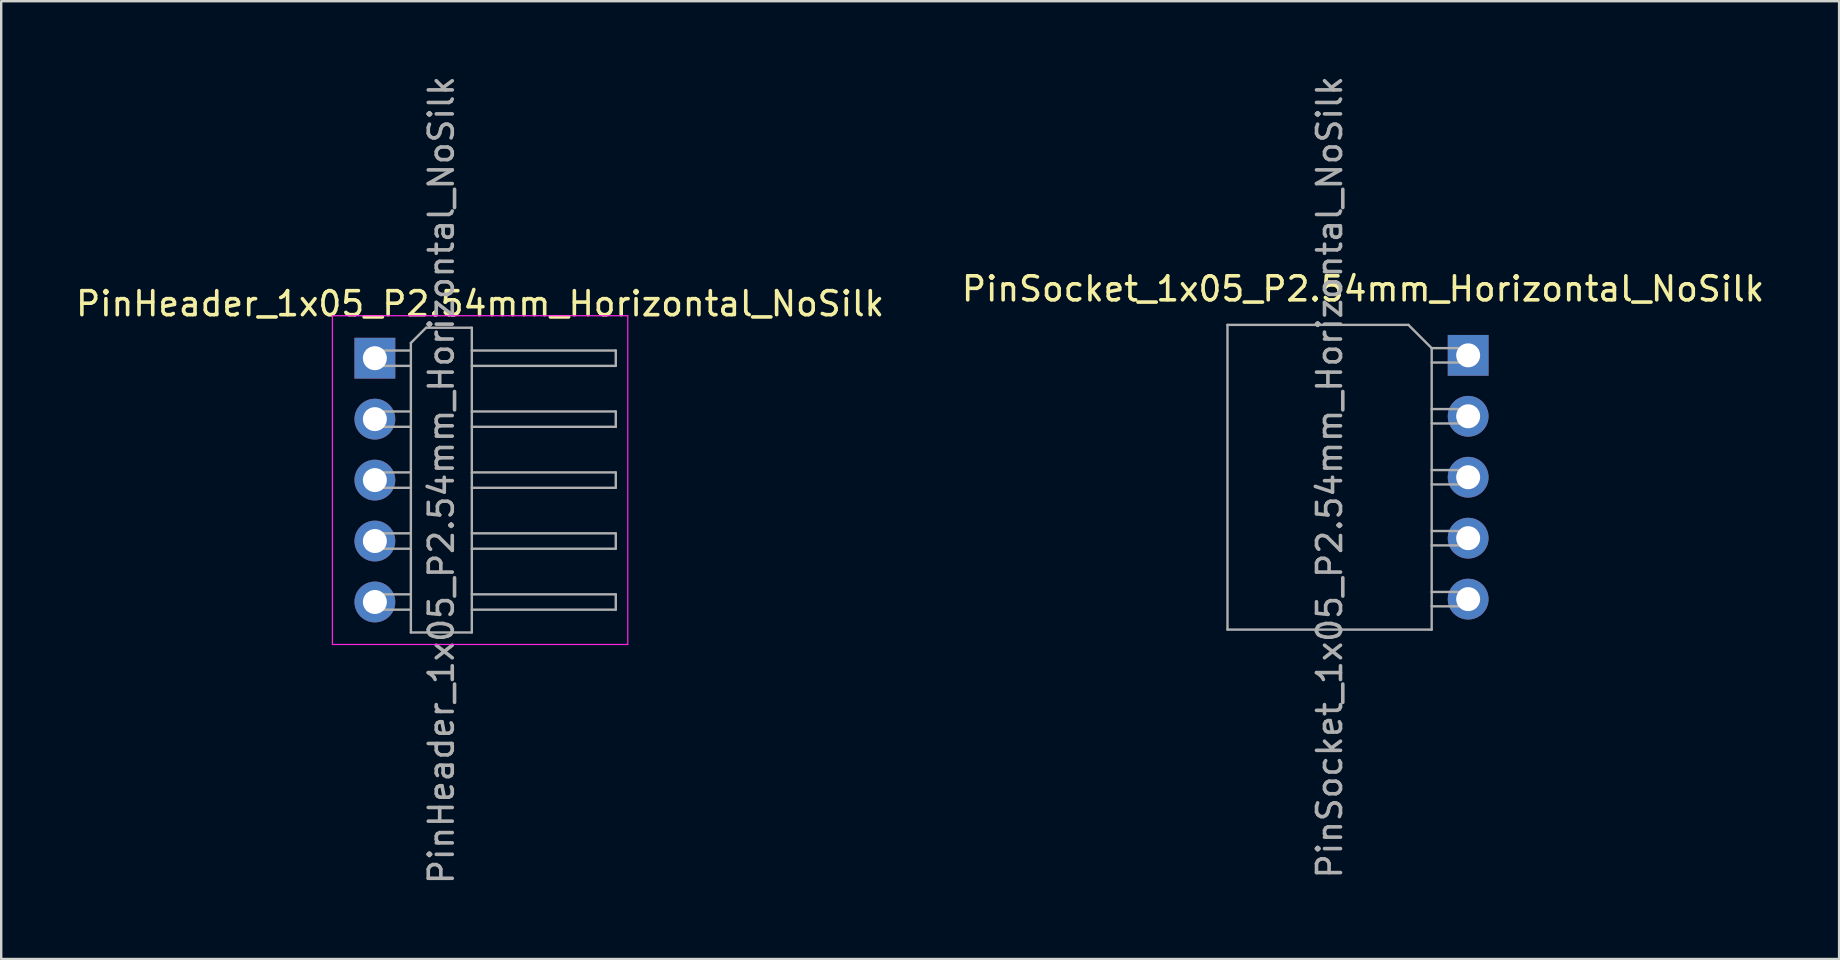
<source format=kicad_pcb>
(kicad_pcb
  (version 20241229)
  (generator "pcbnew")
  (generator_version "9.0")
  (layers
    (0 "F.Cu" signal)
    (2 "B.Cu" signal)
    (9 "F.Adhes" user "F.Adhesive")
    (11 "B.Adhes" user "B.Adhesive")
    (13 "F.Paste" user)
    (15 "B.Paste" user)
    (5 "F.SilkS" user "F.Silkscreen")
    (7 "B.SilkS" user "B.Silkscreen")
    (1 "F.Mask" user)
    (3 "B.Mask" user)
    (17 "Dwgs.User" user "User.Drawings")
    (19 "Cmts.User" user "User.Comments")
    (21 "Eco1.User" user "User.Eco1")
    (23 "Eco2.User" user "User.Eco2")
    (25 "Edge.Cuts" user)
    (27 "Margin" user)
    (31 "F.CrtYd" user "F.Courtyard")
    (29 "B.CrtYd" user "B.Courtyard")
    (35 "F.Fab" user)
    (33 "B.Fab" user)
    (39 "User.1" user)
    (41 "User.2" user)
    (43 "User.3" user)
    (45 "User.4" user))
  (footprint "PinHeader_1x05_P2.54mm_Horizontal_NoSilk"
    (layer "F.Cu")
    (at 12.573 11.878)
    (property "Reference" "PinHeader_1x05_P2.54mm_Horizontal_NoSilk" (at 4.385 -2.27 0) (layer "F.SilkS") (effects (font (size 1 1) (thickness 0.15))))
    (attr through_hole)
    (fp_line (start -1.77 -1.77) (end -1.77 11.93) (stroke (width 0.05) (type solid)) (layer "F.CrtYd"))
    (fp_line (start -1.77 11.93) (end 10.54 11.93) (stroke (width 0.05) (type solid)) (layer "F.CrtYd"))
    (fp_line (start 10.54 -1.77) (end -1.77 -1.77) (stroke (width 0.05) (type solid)) (layer "F.CrtYd"))
    (fp_line (start 10.54 11.93) (end 10.54 -1.77) (stroke (width 0.05) (type solid)) (layer "F.CrtYd"))
    (fp_line (start -0.32 -0.32) (end -0.32 0.32) (stroke (width 0.1) (type solid)) (layer "F.Fab"))
    (fp_line (start -0.32 -0.32) (end 1.5 -0.32) (stroke (width 0.1) (type solid)) (layer "F.Fab"))
    (fp_line (start -0.32 0.32) (end 1.5 0.32) (stroke (width 0.1) (type solid)) (layer "F.Fab"))
    (fp_line (start -0.32 2.22) (end -0.32 2.86) (stroke (width 0.1) (type solid)) (layer "F.Fab"))
    (fp_line (start -0.32 2.22) (end 1.5 2.22) (stroke (width 0.1) (type solid)) (layer "F.Fab"))
    (fp_line (start -0.32 2.86) (end 1.5 2.86) (stroke (width 0.1) (type solid)) (layer "F.Fab"))
    (fp_line (start -0.32 4.76) (end -0.32 5.4) (stroke (width 0.1) (type solid)) (layer "F.Fab"))
    (fp_line (start -0.32 4.76) (end 1.5 4.76) (stroke (width 0.1) (type solid)) (layer "F.Fab"))
    (fp_line (start -0.32 5.4) (end 1.5 5.4) (stroke (width 0.1) (type solid)) (layer "F.Fab"))
    (fp_line (start -0.32 7.3) (end -0.32 7.94) (stroke (width 0.1) (type solid)) (layer "F.Fab"))
    (fp_line (start -0.32 7.3) (end 1.5 7.3) (stroke (width 0.1) (type solid)) (layer "F.Fab"))
    (fp_line (start -0.32 7.94) (end 1.5 7.94) (stroke (width 0.1) (type solid)) (layer "F.Fab"))
    (fp_line (start -0.32 9.84) (end -0.32 10.48) (stroke (width 0.1) (type solid)) (layer "F.Fab"))
    (fp_line (start -0.32 9.84) (end 1.5 9.84) (stroke (width 0.1) (type solid)) (layer "F.Fab"))
    (fp_line (start -0.32 10.48) (end 1.5 10.48) (stroke (width 0.1) (type solid)) (layer "F.Fab"))
    (fp_line (start 1.5 -0.635) (end 2.135 -1.27) (stroke (width 0.1) (type solid)) (layer "F.Fab"))
    (fp_line (start 1.5 11.43) (end 1.5 -0.635) (stroke (width 0.1) (type solid)) (layer "F.Fab"))
    (fp_line (start 2.135 -1.27) (end 4.04 -1.27) (stroke (width 0.1) (type solid)) (layer "F.Fab"))
    (fp_line (start 4.04 -1.27) (end 4.04 11.43) (stroke (width 0.1) (type solid)) (layer "F.Fab"))
    (fp_line (start 4.04 -0.32) (end 10.04 -0.32) (stroke (width 0.1) (type solid)) (layer "F.Fab"))
    (fp_line (start 4.04 0.32) (end 10.04 0.32) (stroke (width 0.1) (type solid)) (layer "F.Fab"))
    (fp_line (start 4.04 2.22) (end 10.04 2.22) (stroke (width 0.1) (type solid)) (layer "F.Fab"))
    (fp_line (start 4.04 2.86) (end 10.04 2.86) (stroke (width 0.1) (type solid)) (layer "F.Fab"))
    (fp_line (start 4.04 4.76) (end 10.04 4.76) (stroke (width 0.1) (type solid)) (layer "F.Fab"))
    (fp_line (start 4.04 5.4) (end 10.04 5.4) (stroke (width 0.1) (type solid)) (layer "F.Fab"))
    (fp_line (start 4.04 7.3) (end 10.04 7.3) (stroke (width 0.1) (type solid)) (layer "F.Fab"))
    (fp_line (start 4.04 7.94) (end 10.04 7.94) (stroke (width 0.1) (type solid)) (layer "F.Fab"))
    (fp_line (start 4.04 9.84) (end 10.04 9.84) (stroke (width 0.1) (type solid)) (layer "F.Fab"))
    (fp_line (start 4.04 10.48) (end 10.04 10.48) (stroke (width 0.1) (type solid)) (layer "F.Fab"))
    (fp_line (start 4.04 11.43) (end 1.5 11.43) (stroke (width 0.1) (type solid)) (layer "F.Fab"))
    (fp_line (start 10.04 -0.32) (end 10.04 0.32) (stroke (width 0.1) (type solid)) (layer "F.Fab"))
    (fp_line (start 10.04 2.22) (end 10.04 2.86) (stroke (width 0.1) (type solid)) (layer "F.Fab"))
    (fp_line (start 10.04 4.76) (end 10.04 5.4) (stroke (width 0.1) (type solid)) (layer "F.Fab"))
    (fp_line (start 10.04 7.3) (end 10.04 7.94) (stroke (width 0.1) (type solid)) (layer "F.Fab"))
    (fp_line (start 10.04 9.84) (end 10.04 10.48) (stroke (width 0.1) (type solid)) (layer "F.Fab"))
    (fp_text user "${REFERENCE}" (at 2.77 5.08 90) (layer "F.Fab") (effects (font (size 1 1) (thickness 0.15))))
    (pad "1" thru_hole rect (at 0 0) (size 1.7 1.7) (drill 1) (layers "*.Cu" "*.Mask"))
    (pad "2" thru_hole circle (at 0 2.54) (size 1.7 1.7) (drill 1) (layers "*.Cu" "*.Mask"))
    (pad "3" thru_hole circle (at 0 5.08) (size 1.7 1.7) (drill 1) (layers "*.Cu" "*.Mask"))
    (pad "4" thru_hole circle (at 0 7.62) (size 1.7 1.7) (drill 1) (layers "*.Cu" "*.Mask"))
    (pad "5" thru_hole circle (at 0 10.16) (size 1.7 1.7) (drill 1) (layers "*.Cu" "*.Mask")))
  (footprint "PinSocket_1x05_P2.54mm_Horizontal_NoSilk"
    (layer "F.Cu")
    (at 58.136 11.759)
    (property "Reference" "PinSocket_1x05_P2.54mm_Horizontal_NoSilk" (at -4.38 -2.77 0) (layer "F.SilkS") (effects (font (size 1 1) (thickness 0.15))))
    (attr through_hole)
    (fp_line (start -10.03 -1.27) (end -2.49 -1.27) (stroke (width 0.1) (type solid)) (layer "F.Fab"))
    (fp_line (start -10.03 11.43) (end -10.03 -1.27) (stroke (width 0.1) (type solid)) (layer "F.Fab"))
    (fp_line (start -2.49 -1.27) (end -1.52 -0.3) (stroke (width 0.1) (type solid)) (layer "F.Fab"))
    (fp_line (start -1.52 -0.3) (end -1.52 11.43) (stroke (width 0.1) (type solid)) (layer "F.Fab"))
    (fp_line (start -1.52 0.3) (end 0 0.3) (stroke (width 0.1) (type solid)) (layer "F.Fab"))
    (fp_line (start -1.52 2.84) (end 0 2.84) (stroke (width 0.1) (type solid)) (layer "F.Fab"))
    (fp_line (start -1.52 5.38) (end 0 5.38) (stroke (width 0.1) (type solid)) (layer "F.Fab"))
    (fp_line (start -1.52 7.92) (end 0 7.92) (stroke (width 0.1) (type solid)) (layer "F.Fab"))
    (fp_line (start -1.52 10.46) (end 0 10.46) (stroke (width 0.1) (type solid)) (layer "F.Fab"))
    (fp_line (start -1.52 11.43) (end -10.03 11.43) (stroke (width 0.1) (type solid)) (layer "F.Fab"))
    (fp_line (start 0 -0.3) (end -1.52 -0.3) (stroke (width 0.1) (type solid)) (layer "F.Fab"))
    (fp_line (start 0 0.3) (end 0 -0.3) (stroke (width 0.1) (type solid)) (layer "F.Fab"))
    (fp_line (start 0 2.24) (end -1.52 2.24) (stroke (width 0.1) (type solid)) (layer "F.Fab"))
    (fp_line (start 0 2.84) (end 0 2.24) (stroke (width 0.1) (type solid)) (layer "F.Fab"))
    (fp_line (start 0 4.78) (end -1.52 4.78) (stroke (width 0.1) (type solid)) (layer "F.Fab"))
    (fp_line (start 0 5.38) (end 0 4.78) (stroke (width 0.1) (type solid)) (layer "F.Fab"))
    (fp_line (start 0 7.32) (end -1.52 7.32) (stroke (width 0.1) (type solid)) (layer "F.Fab"))
    (fp_line (start 0 7.92) (end 0 7.32) (stroke (width 0.1) (type solid)) (layer "F.Fab"))
    (fp_line (start 0 9.86) (end -1.52 9.86) (stroke (width 0.1) (type solid)) (layer "F.Fab"))
    (fp_line (start 0 10.46) (end 0 9.86) (stroke (width 0.1) (type solid)) (layer "F.Fab"))
    (fp_text user "${REFERENCE}" (at -5.775 5.08 90) (layer "F.Fab") (effects (font (size 1 1) (thickness 0.15))))
    (pad "1" thru_hole rect (at 0 0) (size 1.7 1.7) (drill 1) (layers "*.Cu" "*.Mask"))
    (pad "2" thru_hole circle (at 0 2.54) (size 1.7 1.7) (drill 1) (layers "*.Cu" "*.Mask"))
    (pad "3" thru_hole circle (at 0 5.08) (size 1.7 1.7) (drill 1) (layers "*.Cu" "*.Mask"))
    (pad "4" thru_hole circle (at 0 7.62) (size 1.7 1.7) (drill 1) (layers "*.Cu" "*.Mask"))
    (pad "5" thru_hole circle (at 0 10.16) (size 1.7 1.7) (drill 1) (layers "*.Cu" "*.Mask")))
  (gr_rect
    (start -3 -3)
    (end 73.595 36.917)
    (stroke (width 0.1) (type default))
    (fill no)
    (layer "Edge.Cuts")))
</source>
